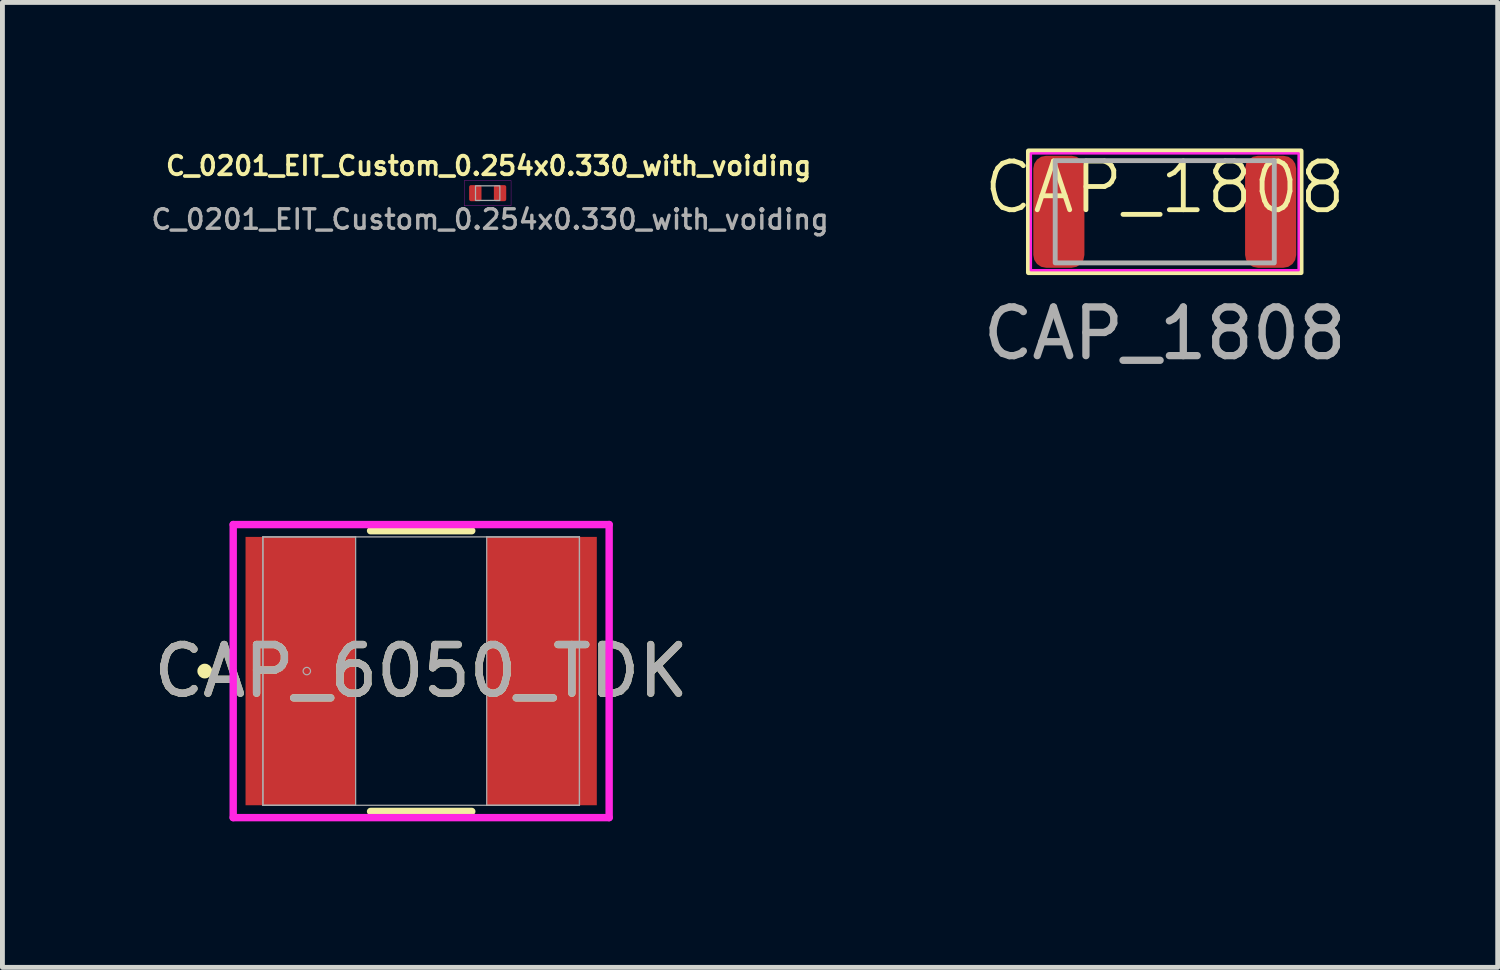
<source format=kicad_pcb>
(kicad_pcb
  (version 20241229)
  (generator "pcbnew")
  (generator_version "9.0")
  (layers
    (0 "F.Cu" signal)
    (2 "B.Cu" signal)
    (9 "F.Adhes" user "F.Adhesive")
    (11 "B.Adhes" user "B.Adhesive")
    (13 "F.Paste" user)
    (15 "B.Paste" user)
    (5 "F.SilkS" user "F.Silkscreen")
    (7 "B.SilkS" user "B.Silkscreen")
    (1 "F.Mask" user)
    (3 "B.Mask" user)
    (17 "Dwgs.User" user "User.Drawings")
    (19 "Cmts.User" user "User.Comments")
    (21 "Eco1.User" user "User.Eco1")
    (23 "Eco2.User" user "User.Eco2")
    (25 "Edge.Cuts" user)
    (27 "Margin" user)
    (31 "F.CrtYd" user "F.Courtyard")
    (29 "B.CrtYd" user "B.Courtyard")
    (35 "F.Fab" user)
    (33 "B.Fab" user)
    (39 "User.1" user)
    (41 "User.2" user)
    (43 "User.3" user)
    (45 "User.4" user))
  (footprint "C_0201_EIT_Custom_0.254x0.330_with_voiding"
    (layer "F.Cu")
    (at 6.967 0.917)
    (property "Reference" "C_0201_EIT_Custom_0.254x0.330_with_voiding" (at 0.02 -0.56 0) (unlocked yes) (layer "F.SilkS") (effects (font (size 0.381 0.381) (thickness 0.076) (bold yes))))
    (attr smd)
    (fp_rect (start -0.48 -0.26) (end 0.48 0.26) (stroke (width 0.005) (type default)) (fill no) (layer "F.CrtYd"))
    (fp_rect (start -0.25 -0.15) (end 0.25 0.15) (stroke (width 0.025) (type default)) (fill no) (layer "F.Fab"))
    (fp_text user "${REFERENCE}" (at 0.05 0.54 0) (unlocked yes) (layer "F.Fab") (effects (font (size 0.4 0.4) (thickness 0.07) (bold yes))))
    (pad "1" smd roundrect (at 0.254 0) (size 0.254 0.33) (layers "F.Cu" "F.Mask" "F.Paste") (roundrect_rratio 0.15))
    (pad "2" smd roundrect (at -0.254 0) (size 0.254 0.33) (layers "F.Cu" "F.Mask" "F.Paste") (roundrect_rratio 0.15))
    (zone (net_name "") (layer "In1.Cu") (name "Voiding") (hatch edge 0.5) (connect_pads) (min_thickness 0.25) (filled_areas_thickness no) (keepout (tracks allowed) (vias allowed) (pads allowed) (copperpour allowed) (footprints allowed)) (placement (enabled no)) (fill) (polygon (pts (xy 6.487 0.657) (xy 7.447 0.657) (xy 7.447 1.177) (xy 6.487 1.177)))))
  (footprint "CAP_1808"
    (layer "F.Cu")
    (at 20.874 1.3)
    (property "Reference" "CAP_1808" (at 0 -0.5 0) (unlocked yes) (layer "F.SilkS") (effects (font (size 1 1) (thickness 0.1))))
    (attr smd)
    (fp_rect (start -2.8 -1.25) (end 2.8 1.25) (stroke (width 0.1) (type default)) (fill no) (layer "F.SilkS"))
    (fp_rect (start -2.75 -1.2) (end 2.75 1.2) (stroke (width 0.05) (type default)) (fill no) (layer "F.CrtYd"))
    (fp_rect (start -2.25 1.05) (end 2.25 -1.05) (stroke (width 0.1) (type default)) (fill no) (layer "F.Fab"))
    (fp_text user "${REFERENCE}" (at 0 2.5 0) (unlocked yes) (layer "F.Fab") (effects (font (size 1 1) (thickness 0.15))))
    (pad "1" smd roundrect (at -2.175 0 90) (size 2.3 1.05) (layers "F.Cu" "F.Mask" "F.Paste") (roundrect_rratio 0.25))
    (pad "2" smd roundrect (at 2.175 0 90) (size 2.3 1.05) (layers "F.Cu" "F.Mask" "F.Paste") (roundrect_rratio 0.25)))
  (footprint "CAP_6050_TDK"
    (layer "F.Cu")
    (at 5.601 10.734)
    (property "Reference" "CAP_6050_TDK" (at 0 0 0) (unlocked yes) (layer "F.SilkS") (effects (font (size 1 1) (thickness 0.15))))
    (attr smd)
    (fp_line (start -1.039 2.883) (end 1.039 2.883) (stroke (width 0.152) (type solid)) (layer "F.SilkS"))
    (fp_line (start 1.039 -2.883) (end -1.039 -2.883) (stroke (width 0.152) (type solid)) (layer "F.SilkS"))
    (fp_circle (center -4.445 0) (end -4.369 0) (stroke (width 0.152) (type solid)) (fill no) (layer "F.SilkS"))
    (fp_line (start -3.861 -3.01) (end 3.861 -3.01) (stroke (width 0.152) (type solid)) (layer "F.CrtYd"))
    (fp_line (start -3.861 3.01) (end -3.861 -3.01) (stroke (width 0.152) (type solid)) (layer "F.CrtYd"))
    (fp_line (start 3.861 -3.01) (end 3.861 3.01) (stroke (width 0.152) (type solid)) (layer "F.CrtYd"))
    (fp_line (start 3.861 3.01) (end -3.861 3.01) (stroke (width 0.152) (type solid)) (layer "F.CrtYd"))
    (fp_line (start -3.251 -2.756) (end -3.251 2.756) (stroke (width 0.025) (type solid)) (layer "F.Fab"))
    (fp_line (start -3.251 -2.756) (end -3.251 2.756) (stroke (width 0.025) (type solid)) (layer "F.Fab"))
    (fp_line (start -3.251 2.756) (end -1.346 2.756) (stroke (width 0.025) (type solid)) (layer "F.Fab"))
    (fp_line (start -3.251 2.756) (end 3.251 2.756) (stroke (width 0.025) (type solid)) (layer "F.Fab"))
    (fp_line (start -1.346 -2.756) (end -3.251 -2.756) (stroke (width 0.025) (type solid)) (layer "F.Fab"))
    (fp_line (start -1.346 2.756) (end -1.346 -2.756) (stroke (width 0.025) (type solid)) (layer "F.Fab"))
    (fp_line (start 1.346 -2.756) (end 1.346 2.756) (stroke (width 0.025) (type solid)) (layer "F.Fab"))
    (fp_line (start 1.346 2.756) (end 3.251 2.756) (stroke (width 0.025) (type solid)) (layer "F.Fab"))
    (fp_line (start 3.251 -2.756) (end -3.251 -2.756) (stroke (width 0.025) (type solid)) (layer "F.Fab"))
    (fp_line (start 3.251 -2.756) (end 1.346 -2.756) (stroke (width 0.025) (type solid)) (layer "F.Fab"))
    (fp_line (start 3.251 2.756) (end 3.251 -2.756) (stroke (width 0.025) (type solid)) (layer "F.Fab"))
    (fp_line (start 3.251 2.756) (end 3.251 -2.756) (stroke (width 0.025) (type solid)) (layer "F.Fab"))
    (fp_circle (center -2.349 0) (end -2.273 0) (stroke (width 0.025) (type solid)) (fill no) (layer "F.Fab"))
    (fp_text user "${REFERENCE}" (at 0 0 0) (unlocked yes) (layer "F.Fab") (effects (font (size 1 1) (thickness 0.15))))
    (pad "1" smd rect (at -2.477 0) (size 2.261 5.512) (layers "F.Cu" "F.Mask" "F.Paste"))
    (pad "2" smd rect (at 2.477 0) (size 2.261 5.512) (layers "F.Cu" "F.Mask" "F.Paste"))
    (zone (net_name "") (layer "F.Cu") (hatch full 0.508) (connect_pads) (min_thickness 0.254) (filled_areas_thickness no) (keepout (tracks not_allowed) (vias not_allowed) (pads allowed) (copperpour not_allowed) (footprints allowed)) (placement (enabled no)) (fill) (polygon (pts (xy 4.306 8.029) (xy 6.897 8.029) (xy 6.897 13.439) (xy 4.306 13.439)))))
  (gr_rect
    (start -3 -3)
    (end 27.713 16.82)
    (stroke (width 0.1) (type default))
    (fill no)
    (layer "Edge.Cuts")))
</source>
